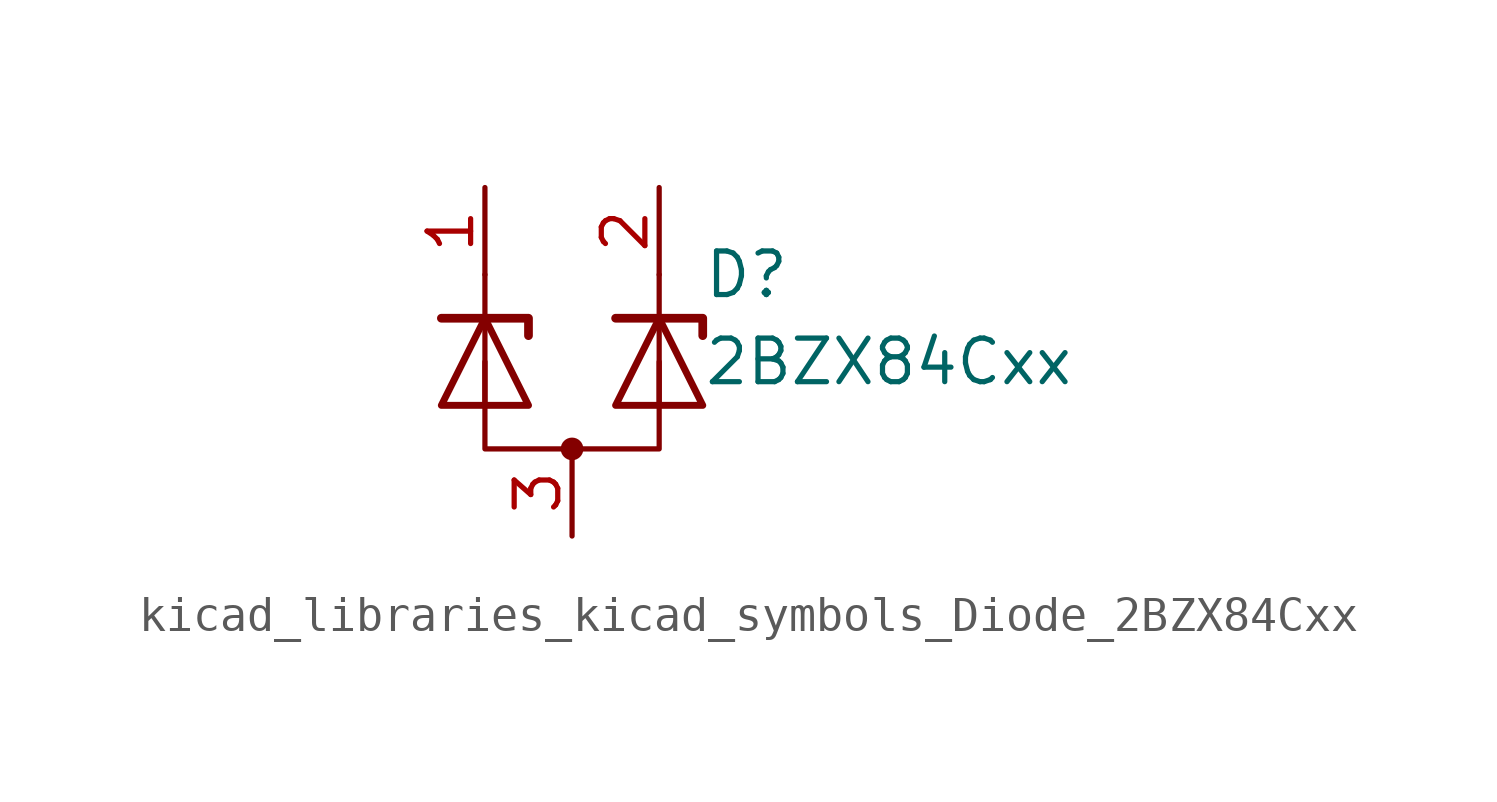
<source format=kicad_sym>
(kicad_symbol_lib
  (version 20220914)
  (generator kicad_symbol_editor)
  (symbol "kicad_libraries_kicad_symbols_Diode_2BZX84Cxx"
    (pin_names
      (offset 1.016) hide)
    (property "Reference" "D"
      (at 3.81 2.54 0)
      (effects (font (size 1.27 1.27)) (justify left)))
    (property "Value" "2BZX84Cxx"
      (at 3.81 0 0)
      (effects (font (size 1.27 1.27)) (justify left)))
    (symbol "kicad_libraries_kicad_symbols_Diode_2BZX84Cxx_0_1"
      (circle (center 0 -2.54) (radius 0.254) (stroke (width 0) (type default)) (fill (type outline)))
      (polyline (pts (xy -2.54 -1.27) (xy -2.54 2.54)) (stroke (width 0) (type default)) (fill (type none)))
      (polyline (pts (xy 2.54 -1.27) (xy 2.54 2.54)) (stroke (width 0) (type default)) (fill (type none)))
      (polyline (pts (xy -3.81 1.27) (xy -1.27 1.27) (xy -1.27 0.762)) (stroke (width 0.254) (type default)) (fill (type none)))
      (polyline (pts (xy 1.27 1.27) (xy 3.81 1.27) (xy 3.81 0.762)) (stroke (width 0.254) (type default)) (fill (type none)))
      (polyline (pts (xy -2.54 0) (xy -2.54 -2.54) (xy 2.54 -2.54) (xy 2.54 0)) (stroke (width 0) (type default)) (fill (type none))))
    (symbol "kicad_libraries_kicad_symbols_Diode_2BZX84Cxx_1_1"
      (polyline (pts (xy -3.81 -1.27) (xy -1.27 -1.27) (xy -2.54 1.27) (xy -3.81 -1.27)) (stroke (width 0.203) (type default)) (fill (type none)))
      (polyline (pts (xy 1.27 -1.27) (xy 3.81 -1.27) (xy 2.54 1.27) (xy 1.27 -1.27)) (stroke (width 0.203) (type default)) (fill (type none)))
      (pin passive line (at -2.54 5.08 270) (length 2.54) (name "K" (effects (font (size 1.27 1.27)))) (number "1" (effects (font (size 1.27 1.27)))))
      (pin passive line (at 2.54 5.08 270) (length 2.54) (name "K" (effects (font (size 1.27 1.27)))) (number "2" (effects (font (size 1.27 1.27)))))
      (pin passive line (at 0 -5.08 90) (length 2.54) (name "A" (effects (font (size 1.27 1.27)))) (number "3" (effects (font (size 1.27 1.27))))))))
</source>
